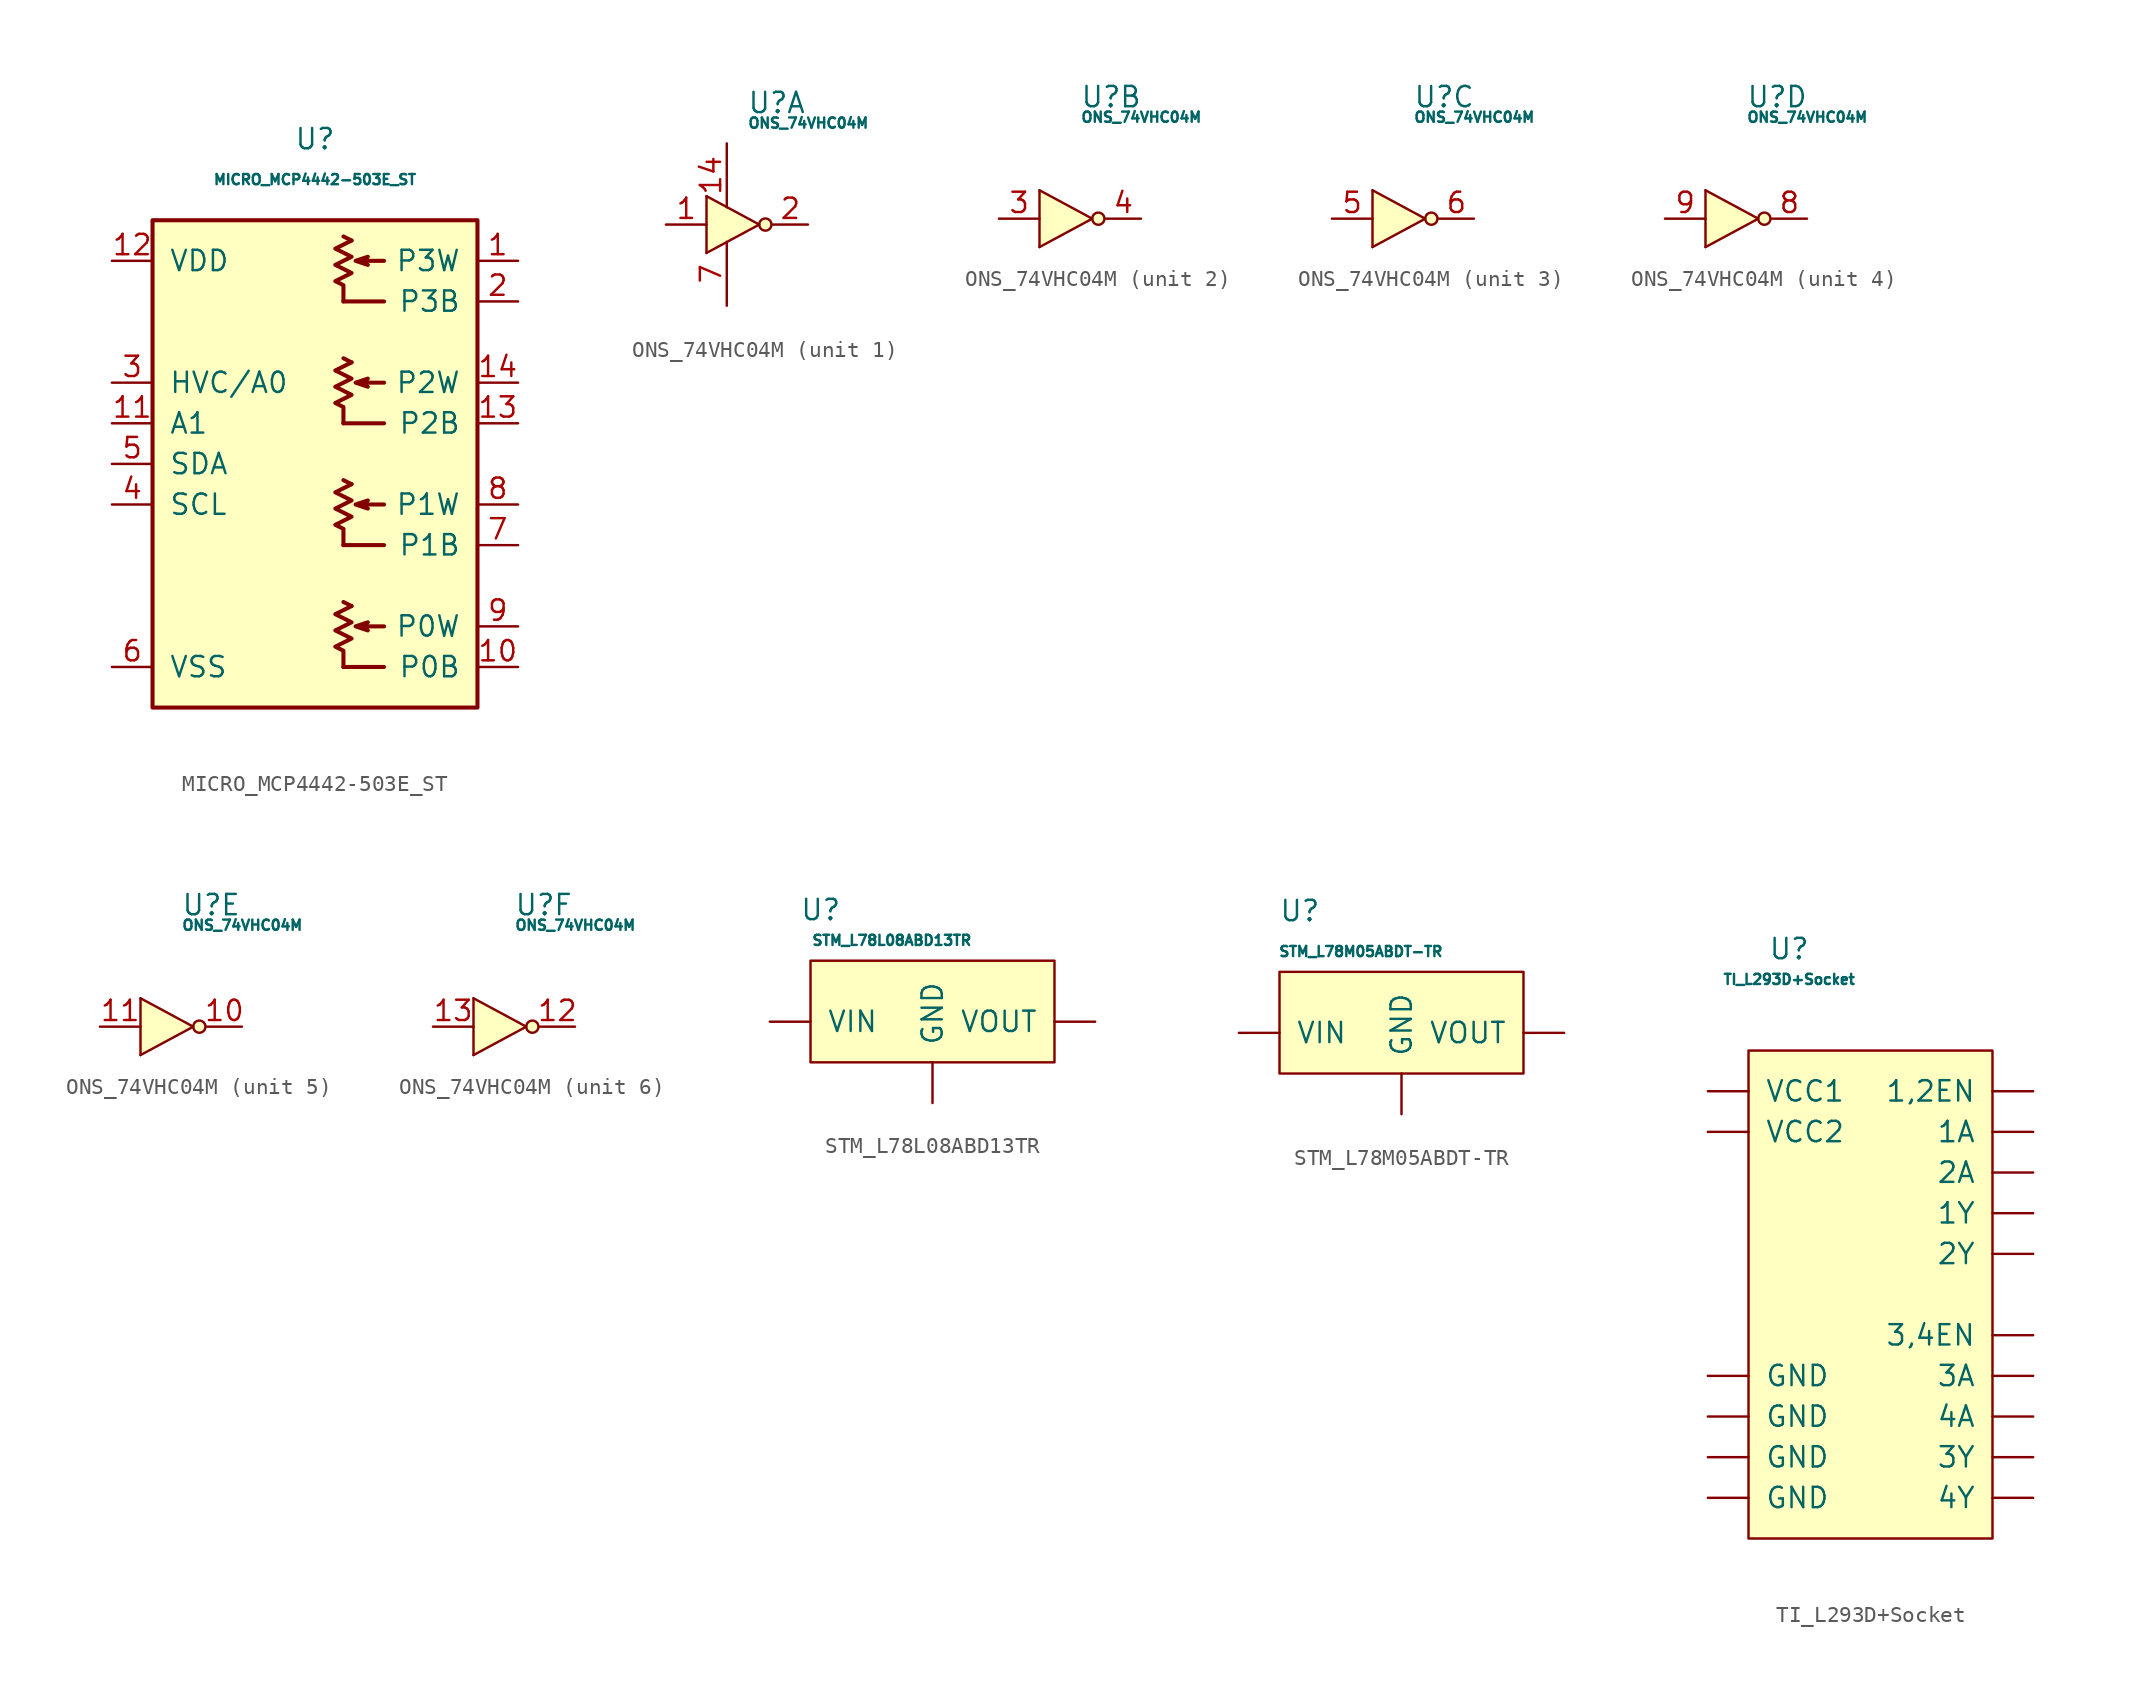
<source format=kicad_sym>
(kicad_symbol_lib
  (version 20231120)
  (generator "kicad_symbol_editor")
  (generator_version "8.0")
  (symbol "MICRO_MCP4442-503E_ST"
    (pin_names
      (offset 1.016))
    (property "Reference" "U"
      (at 0 0 0)
      (effects (font (size 1.27 1.27))))
    (property "Value" "MICRO_MCP4442-503E_ST"
      (at 0 -2.54 0)
      (effects (font (size 0.635 0.635))))
    (symbol "MICRO_MCP4442-503E_ST_0_1"
      (rectangle (start 10.16 -5.08) (end -10.16 -35.56) (stroke (width 0.254) (type default)) (fill (type background))))
    (symbol "MICRO_MCP4442-503E_ST_1_1"
      (polyline (pts (xy 1.778 -33.02) (xy 4.318 -33.02)) (stroke (width 0.254) (type default)) (fill (type none)))
      (polyline (pts (xy 1.778 -25.4) (xy 4.318 -25.4)) (stroke (width 0.254) (type default)) (fill (type none)))
      (polyline (pts (xy 1.778 -17.78) (xy 4.318 -17.78)) (stroke (width 0.254) (type default)) (fill (type none)))
      (polyline (pts (xy 1.778 -10.16) (xy 4.318 -10.16)) (stroke (width 0.254) (type default)) (fill (type none)))
      (polyline (pts (xy 2.286 -29.21) (xy 1.778 -28.956)) (stroke (width 0.254) (type default)) (fill (type none)))
      (polyline (pts (xy 2.286 -21.59) (xy 1.778 -21.336)) (stroke (width 0.254) (type default)) (fill (type none)))
      (polyline (pts (xy 2.286 -13.97) (xy 1.778 -13.716)) (stroke (width 0.254) (type default)) (fill (type none)))
      (polyline (pts (xy 2.286 -6.35) (xy 1.778 -6.096)) (stroke (width 0.254) (type default)) (fill (type none)))
      (polyline (pts (xy 4.318 -30.48) (xy 2.54 -30.48) (xy 3.302 -30.226) (xy 2.54 -30.48) (xy 3.302 -30.734)) (stroke (width 0.254) (type default)) (fill (type none)))
      (polyline (pts (xy 4.318 -22.86) (xy 2.54 -22.86) (xy 3.302 -22.606) (xy 2.54 -22.86) (xy 3.302 -23.114)) (stroke (width 0.254) (type default)) (fill (type none)))
      (polyline (pts (xy 4.318 -15.24) (xy 2.54 -15.24) (xy 3.302 -14.986) (xy 2.54 -15.24) (xy 3.302 -15.494)) (stroke (width 0.254) (type default)) (fill (type none)))
      (polyline (pts (xy 4.318 -7.62) (xy 2.54 -7.62) (xy 3.302 -7.366) (xy 2.54 -7.62) (xy 3.302 -7.874)) (stroke (width 0.254) (type default)) (fill (type none)))
      (polyline (pts (xy 2.286 -29.21) (xy 1.27 -29.718) (xy 2.286 -30.226) (xy 1.27 -30.734) (xy 2.286 -31.242) (xy 1.27 -31.75) (xy 1.778 -32.004) (xy 1.778 -33.02)) (stroke (width 0.254) (type default)) (fill (type none)))
      (polyline (pts (xy 2.286 -21.59) (xy 1.27 -22.098) (xy 2.286 -22.606) (xy 1.27 -23.114) (xy 2.286 -23.622) (xy 1.27 -24.13) (xy 1.778 -24.384) (xy 1.778 -25.4)) (stroke (width 0.254) (type default)) (fill (type none)))
      (polyline (pts (xy 2.286 -13.97) (xy 1.27 -14.478) (xy 2.286 -14.986) (xy 1.27 -15.494) (xy 2.286 -16.002) (xy 1.27 -16.51) (xy 1.778 -16.764) (xy 1.778 -17.78)) (stroke (width 0.254) (type default)) (fill (type none)))
      (polyline (pts (xy 2.286 -6.35) (xy 1.27 -6.858) (xy 2.286 -7.366) (xy 1.27 -7.874) (xy 2.286 -8.382) (xy 1.27 -8.89) (xy 1.778 -9.144) (xy 1.778 -10.16)) (stroke (width 0.254) (type default)) (fill (type none)))
      (pin output line (at 12.7 -7.62 180) (length 2.54) (name "P3W" (effects (font (size 1.27 1.27)))) (number "1" (effects (font (size 1.27 1.27)))))
      (pin output line (at 12.7 -33.02 180) (length 2.54) (name "P0B" (effects (font (size 1.27 1.27)))) (number "10" (effects (font (size 1.27 1.27)))))
      (pin input line (at -12.7 -17.78 0) (length 2.54) (name "A1" (effects (font (size 1.27 1.27)))) (number "11" (effects (font (size 1.27 1.27)))))
      (pin input line (at -12.7 -7.62 0) (length 2.54) (name "VDD" (effects (font (size 1.27 1.27)))) (number "12" (effects (font (size 1.27 1.27)))))
      (pin output line (at 12.7 -17.78 180) (length 2.54) (name "P2B" (effects (font (size 1.27 1.27)))) (number "13" (effects (font (size 1.27 1.27)))))
      (pin output line (at 12.7 -15.24 180) (length 2.54) (name "P2W" (effects (font (size 1.27 1.27)))) (number "14" (effects (font (size 1.27 1.27)))))
      (pin output line (at 12.7 -10.16 180) (length 2.54) (name "P3B" (effects (font (size 1.27 1.27)))) (number "2" (effects (font (size 1.27 1.27)))))
      (pin input line (at -12.7 -15.24 0) (length 2.54) (name "HVC/A0" (effects (font (size 1.27 1.27)))) (number "3" (effects (font (size 1.27 1.27)))))
      (pin bidirectional line (at -12.7 -22.86 0) (length 2.54) (name "SCL" (effects (font (size 1.27 1.27)))) (number "4" (effects (font (size 1.27 1.27)))))
      (pin bidirectional line (at -12.7 -20.32 0) (length 2.54) (name "SDA" (effects (font (size 1.27 1.27)))) (number "5" (effects (font (size 1.27 1.27)))))
      (pin output line (at -12.7 -33.02 0) (length 2.54) (name "VSS" (effects (font (size 1.27 1.27)))) (number "6" (effects (font (size 1.27 1.27)))))
      (pin output line (at 12.7 -25.4 180) (length 2.54) (name "P1B" (effects (font (size 1.27 1.27)))) (number "7" (effects (font (size 1.27 1.27)))))
      (pin output line (at 12.7 -22.86 180) (length 2.54) (name "P1W" (effects (font (size 1.27 1.27)))) (number "8" (effects (font (size 1.27 1.27)))))
      (pin output line (at 12.7 -30.48 180) (length 2.54) (name "P0W" (effects (font (size 1.27 1.27)))) (number "9" (effects (font (size 1.27 1.27)))))))
  (symbol "ONS_74VHC04M"
    (pin_names hide)
    (property "Reference" "U"
      (at 2.54 7.62 0)
      (effects (font (size 1.27 1.27)) (justify left)))
    (property "Value" "ONS_74VHC04M"
      (at 2.54 6.35 0)
      (effects (font (size 0.64 0.64)) (justify left)))
    (symbol "ONS_74VHC04M_0_1"
      (polyline (pts (xy 0 -1.778) (xy 3.302 0) (xy 0 1.778)) (stroke (width 0) (type default)) (fill (type background)))
      (polyline (pts (xy 0 0) (xy 0 1.778) (xy 0 -1.778)) (stroke (width 0) (type default)) (fill (type none)))
      (circle (center 3.683 0) (radius 0.381) (stroke (width 0) (type default)) (fill (type background))))
    (symbol "ONS_74VHC04M_1_1"
      (pin input line (at -2.54 0 0) (length 2.54) (name "A1" (effects (font (size 1.27 1.27)))) (number "1" (effects (font (size 1.27 1.27)))))
      (pin power_in line (at 1.27 5.08 270) (length 4) (name "VCC" (effects (font (size 1.27 1.27)))) (number "14" (effects (font (size 1.27 1.27)))))
      (pin input line (at 6.35 0 180) (length 2.2) (name "Y1" (effects (font (size 1.27 1.27)))) (number "2" (effects (font (size 1.27 1.27)))))
      (pin power_in line (at 1.27 -5.08 90) (length 4) (name "GND" (effects (font (size 1.27 1.27)))) (number "7" (effects (font (size 1.27 1.27))))))
    (symbol "ONS_74VHC04M_2_1"
      (pin input line (at -2.54 0 0) (length 2.54) (name "A2" (effects (font (size 1.27 1.27)))) (number "3" (effects (font (size 1.27 1.27)))))
      (pin input line (at 6.35 0 180) (length 2.2) (name "Y2" (effects (font (size 1.27 1.27)))) (number "4" (effects (font (size 1.27 1.27))))))
    (symbol "ONS_74VHC04M_3_1"
      (pin input line (at -2.54 0 0) (length 2.54) (name "A3" (effects (font (size 1.27 1.27)))) (number "5" (effects (font (size 1.27 1.27)))))
      (pin input line (at 6.35 0 180) (length 2.2) (name "Y3" (effects (font (size 1.27 1.27)))) (number "6" (effects (font (size 1.27 1.27))))))
    (symbol "ONS_74VHC04M_4_1"
      (pin input line (at 6.35 0 180) (length 2.2) (name "Y4" (effects (font (size 1.27 1.27)))) (number "8" (effects (font (size 1.27 1.27)))))
      (pin input line (at -2.54 0 0) (length 2.54) (name "A4" (effects (font (size 1.27 1.27)))) (number "9" (effects (font (size 1.27 1.27))))))
    (symbol "ONS_74VHC04M_5_1"
      (pin input line (at 6.35 0 180) (length 2.2) (name "Y5" (effects (font (size 1.27 1.27)))) (number "10" (effects (font (size 1.27 1.27)))))
      (pin input line (at -2.54 0 0) (length 2.54) (name "A5" (effects (font (size 1.27 1.27)))) (number "11" (effects (font (size 1.27 1.27))))))
    (symbol "ONS_74VHC04M_6_1"
      (pin input line (at 6.35 0 180) (length 2.2) (name "Y6" (effects (font (size 1.27 1.27)))) (number "12" (effects (font (size 1.27 1.27)))))
      (pin input line (at -2.54 0 0) (length 2.54) (name "A6" (effects (font (size 1.27 1.27)))) (number "13" (effects (font (size 1.27 1.27)))))))
  (symbol "STM_L78L08ABD13TR"
    (pin_numbers hide)
    (pin_names
      (offset 1.016))
    (property "Reference" "U"
      (at -6.985 6.985 0)
      (effects (font (size 1.27 1.27))))
    (property "Value" "STM_L78L08ABD13TR"
      (at -2.54 5.08 0)
      (effects (font (size 0.635 0.635))))
    (symbol "STM_L78L08ABD13TR_0_1"
      (rectangle (start -7.62 3.81) (end 7.62 -2.54) (stroke (width 0) (type default)) (fill (type background))))
    (symbol "STM_L78L08ABD13TR_1_1"
      (pin input line (at -10.16 0 0) (length 2.54) (name "VIN" (effects (font (size 1.27 1.27)))) (number "1" (effects (font (size 1.27 1.27)))))
      (pin output line (at 0 -5.08 90) (length 2.54) (name "GND" (effects (font (size 1.27 1.27)))) (number "2" (effects (font (size 1.27 1.27)))))
      (pin output line (at 10.16 0 180) (length 2.54) (name "VOUT" (effects (font (size 1.27 1.27)))) (number "3" (effects (font (size 1.27 1.27)))))))
  (symbol "STM_L78M05ABDT-TR"
    (pin_numbers hide)
    (pin_names
      (offset 1.016))
    (property "Reference" "U"
      (at -6.35 7.62 0)
      (effects (font (size 1.27 1.27))))
    (property "Value" "STM_L78M05ABDT-TR"
      (at -2.54 5.08 0)
      (effects (font (size 0.635 0.635))))
    (symbol "STM_L78M05ABDT-TR_0_1"
      (rectangle (start -7.62 3.81) (end 7.62 -2.54) (stroke (width 0) (type default)) (fill (type background))))
    (symbol "STM_L78M05ABDT-TR_1_1"
      (pin input line (at -10.16 0 0) (length 2.54) (name "VIN" (effects (font (size 1.27 1.27)))) (number "1" (effects (font (size 1.27 1.27)))))
      (pin output line (at 0 -5.08 90) (length 2.54) (name "GND" (effects (font (size 1.27 1.27)))) (number "2" (effects (font (size 1.27 1.27)))))
      (pin output line (at 10.16 0 180) (length 2.54) (name "VOUT" (effects (font (size 1.27 1.27)))) (number "3" (effects (font (size 1.27 1.27)))))))
  (symbol "TI_L293D+Socket"
    (pin_numbers hide)
    (pin_names
      (offset 1.016))
    (property "Reference" "U"
      (at 0 3.81 0)
      (effects (font (size 1.27 1.27))))
    (property "Value" "TI_L293D+Socket"
      (at 0 1.905 0)
      (effects (font (size 0.635 0.635))))
    (symbol "TI_L293D+Socket_0_1"
      (rectangle (start -2.54 -2.54) (end 12.7 -33.02) (stroke (width 0) (type default)) (fill (type background))))
    (symbol "TI_L293D+Socket_1_1"
      (pin input line (at 15.24 -5.08 180) (length 2.54) (name "1,2EN" (effects (font (size 1.27 1.27)))) (number "1" (effects (font (size 1.27 1.27)))))
      (pin input line (at 15.24 -22.86 180) (length 2.54) (name "3A" (effects (font (size 1.27 1.27)))) (number "10" (effects (font (size 1.27 1.27)))))
      (pin bidirectional line (at 15.24 -27.94 180) (length 2.54) (name "3Y" (effects (font (size 1.27 1.27)))) (number "11" (effects (font (size 1.27 1.27)))))
      (pin passive line (at -5.08 -22.86 0) (length 2.54) (name "GND" (effects (font (size 1.27 1.27)))) (number "12" (effects (font (size 1.27 1.27)))))
      (pin passive line (at -5.08 -25.4 0) (length 2.54) (name "GND" (effects (font (size 1.27 1.27)))) (number "13" (effects (font (size 1.27 1.27)))))
      (pin bidirectional line (at 15.24 -30.48 180) (length 2.54) (name "4Y" (effects (font (size 1.27 1.27)))) (number "14" (effects (font (size 1.27 1.27)))))
      (pin input line (at 15.24 -25.4 180) (length 2.54) (name "4A" (effects (font (size 1.27 1.27)))) (number "15" (effects (font (size 1.27 1.27)))))
      (pin power_in line (at -5.08 -5.08 0) (length 2.54) (name "VCC1" (effects (font (size 1.27 1.27)))) (number "16" (effects (font (size 1.27 1.27)))))
      (pin input line (at 15.24 -7.62 180) (length 2.54) (name "1A" (effects (font (size 1.27 1.27)))) (number "2" (effects (font (size 1.27 1.27)))))
      (pin bidirectional line (at 15.24 -12.7 180) (length 2.54) (name "1Y" (effects (font (size 1.27 1.27)))) (number "3" (effects (font (size 1.27 1.27)))))
      (pin passive line (at -5.08 -30.48 0) (length 2.54) (name "GND" (effects (font (size 1.27 1.27)))) (number "4" (effects (font (size 1.27 1.27)))))
      (pin passive line (at -5.08 -27.94 0) (length 2.54) (name "GND" (effects (font (size 1.27 1.27)))) (number "5" (effects (font (size 1.27 1.27)))))
      (pin bidirectional line (at 15.24 -15.24 180) (length 2.54) (name "2Y" (effects (font (size 1.27 1.27)))) (number "6" (effects (font (size 1.27 1.27)))))
      (pin input line (at 15.24 -10.16 180) (length 2.54) (name "2A" (effects (font (size 1.27 1.27)))) (number "7" (effects (font (size 1.27 1.27)))))
      (pin power_in line (at -5.08 -7.62 0) (length 2.54) (name "VCC2" (effects (font (size 1.27 1.27)))) (number "8" (effects (font (size 1.27 1.27)))))
      (pin input line (at 15.24 -20.32 180) (length 2.54) (name "3,4EN" (effects (font (size 1.27 1.27)))) (number "9" (effects (font (size 1.27 1.27))))))))
</source>
